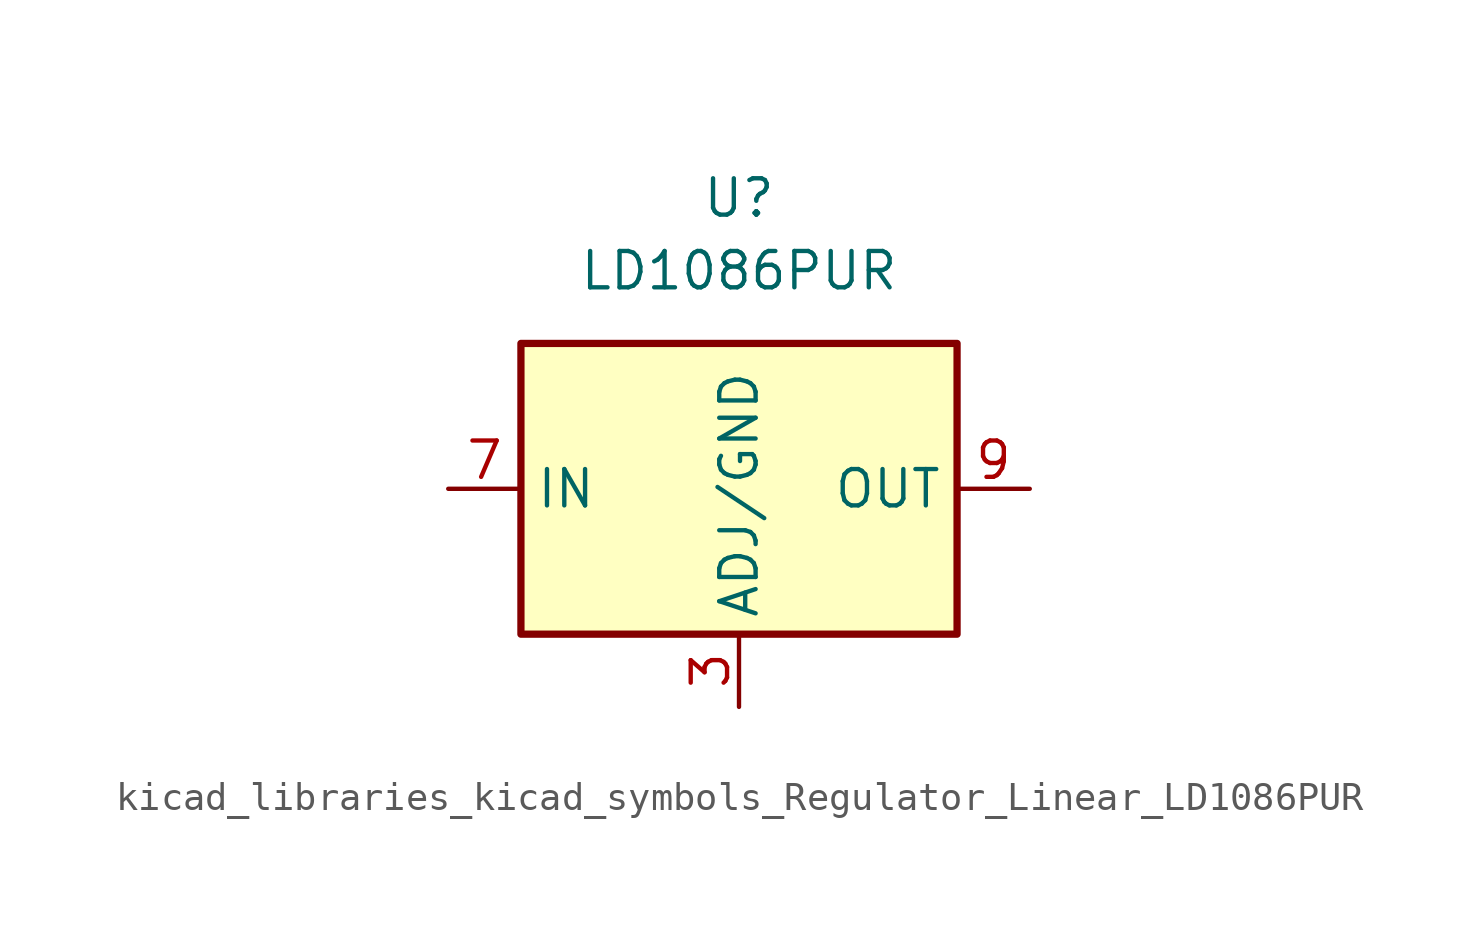
<source format=kicad_sym>
(kicad_symbol_lib
  (version 20220914)
  (generator kicad_symbol_editor)
  (symbol "kicad_libraries_kicad_symbols_Regulator_Linear_LD1086PUR"
    (property "Reference" "U"
      (at 0 10.16 0)
      (effects (font (size 1.27 1.27))))
    (property "Value" "LD1086PUR"
      (at 0 7.62 0)
      (effects (font (size 1.27 1.27))))
    (symbol "kicad_libraries_kicad_symbols_Regulator_Linear_LD1086PUR_0_1"
      (rectangle (start -7.62 -5.08) (end 7.62 5.08) (stroke (width 0.254) (type default)) (fill (type background))))
    (symbol "kicad_libraries_kicad_symbols_Regulator_Linear_LD1086PUR_1_1"
      (pin input line (at 0 -7.62 90) (length 2.54) (name "ADJ/GND" (effects (font (size 1.27 1.27)))) (number "3" (effects (font (size 1.27 1.27)))))
      (pin power_in line (at -10.16 0 0) (length 2.54) (name "IN" (effects (font (size 1.27 1.27)))) (number "7" (effects (font (size 1.27 1.27)))))
      (pin passive line (at -10.16 0 0) (length 2.54) hide (name "IN" (effects (font (size 1.27 1.27)))) (number "8" (effects (font (size 1.27 1.27)))))
      (pin power_out line (at 10.16 0 180) (length 2.54) (name "OUT" (effects (font (size 1.27 1.27)))) (number "9" (effects (font (size 1.27 1.27))))))))
</source>
